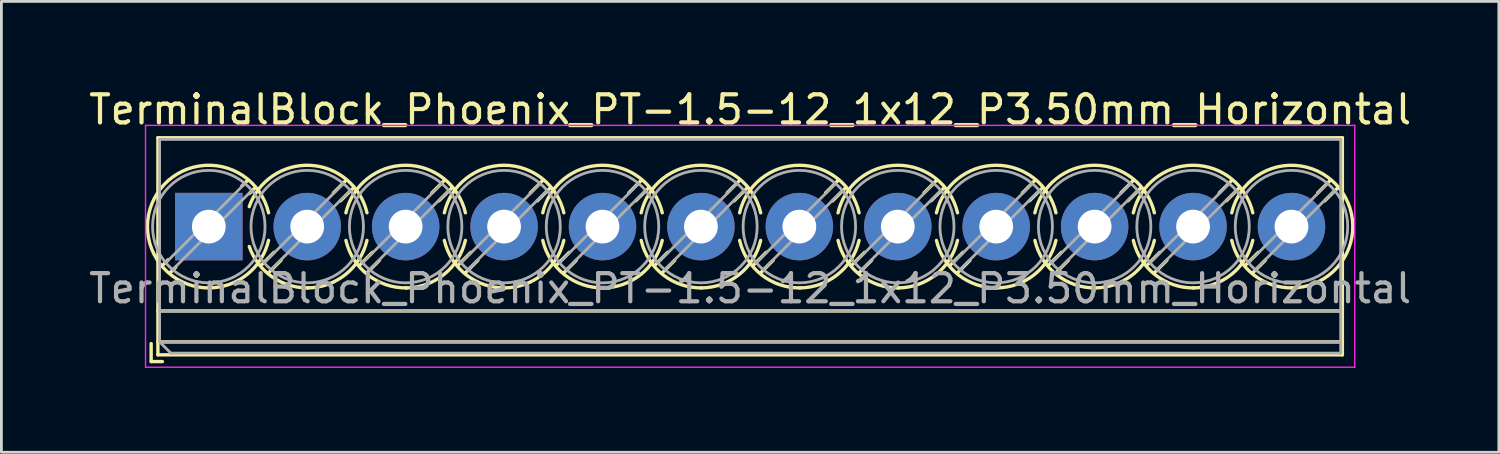
<source format=kicad_pcb>
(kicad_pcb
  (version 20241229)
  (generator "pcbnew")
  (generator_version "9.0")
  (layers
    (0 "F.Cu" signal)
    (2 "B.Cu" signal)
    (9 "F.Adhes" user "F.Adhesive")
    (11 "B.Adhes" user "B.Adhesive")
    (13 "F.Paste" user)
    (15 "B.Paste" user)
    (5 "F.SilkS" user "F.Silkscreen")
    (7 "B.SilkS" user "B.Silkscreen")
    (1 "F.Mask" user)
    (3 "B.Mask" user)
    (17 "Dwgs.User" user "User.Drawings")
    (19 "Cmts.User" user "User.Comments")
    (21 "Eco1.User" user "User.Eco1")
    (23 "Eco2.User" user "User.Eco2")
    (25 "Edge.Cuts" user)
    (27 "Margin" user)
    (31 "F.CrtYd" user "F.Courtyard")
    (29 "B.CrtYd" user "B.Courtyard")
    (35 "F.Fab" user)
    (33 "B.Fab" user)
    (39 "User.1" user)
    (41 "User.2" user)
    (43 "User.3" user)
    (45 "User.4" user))
  (footprint "TerminalBlock_Phoenix_PT-1.5-12_1x12_P3.50mm_Horizontal"
    (layer "F.Cu")
    (at 4.375 5.008)
    (property "Reference" "TerminalBlock_Phoenix_PT-1.5-12_1x12_P3.50mm_Horizontal" (at 19.25 -4.16 0) (layer "F.SilkS") (effects (font (size 1 1) (thickness 0.15))))
    (attr through_hole)
    (fp_line (start -2.05 4.16) (end -2.05 4.8) (stroke (width 0.12) (type solid)) (layer "F.SilkS"))
    (fp_line (start -2.05 4.8) (end -1.65 4.8) (stroke (width 0.12) (type solid)) (layer "F.SilkS"))
    (fp_line (start -1.81 -3.16) (end -1.81 4.56) (stroke (width 0.12) (type solid)) (layer "F.SilkS"))
    (fp_line (start -1.81 -3.16) (end 40.31 -3.16) (stroke (width 0.12) (type solid)) (layer "F.SilkS"))
    (fp_line (start -1.81 3) (end 40.31 3) (stroke (width 0.12) (type solid)) (layer "F.SilkS"))
    (fp_line (start -1.81 4.1) (end 40.31 4.1) (stroke (width 0.12) (type solid)) (layer "F.SilkS"))
    (fp_line (start -1.81 4.56) (end 40.31 4.56) (stroke (width 0.12) (type solid)) (layer "F.SilkS"))
    (fp_line (start -1.441 1.175) (end -1.654 1.388) (stroke (width 0.12) (type solid)) (layer "F.SilkS"))
    (fp_line (start -1.175 1.441) (end -1.388 1.654) (stroke (width 0.12) (type solid)) (layer "F.SilkS"))
    (fp_line (start 1.388 -1.654) (end 1.175 -1.441) (stroke (width 0.12) (type solid)) (layer "F.SilkS"))
    (fp_line (start 1.654 -1.388) (end 1.441 -1.175) (stroke (width 0.12) (type solid)) (layer "F.SilkS"))
    (fp_line (start 2.318 0.916) (end 1.847 1.388) (stroke (width 0.12) (type solid)) (layer "F.SilkS"))
    (fp_line (start 2.569 1.198) (end 2.113 1.654) (stroke (width 0.12) (type solid)) (layer "F.SilkS"))
    (fp_line (start 4.888 -1.654) (end 4.432 -1.198) (stroke (width 0.12) (type solid)) (layer "F.SilkS"))
    (fp_line (start 5.154 -1.388) (end 4.683 -0.916) (stroke (width 0.12) (type solid)) (layer "F.SilkS"))
    (fp_line (start 5.818 0.916) (end 5.347 1.388) (stroke (width 0.12) (type solid)) (layer "F.SilkS"))
    (fp_line (start 6.069 1.198) (end 5.613 1.654) (stroke (width 0.12) (type solid)) (layer "F.SilkS"))
    (fp_line (start 8.388 -1.654) (end 7.932 -1.198) (stroke (width 0.12) (type solid)) (layer "F.SilkS"))
    (fp_line (start 8.654 -1.388) (end 8.183 -0.916) (stroke (width 0.12) (type solid)) (layer "F.SilkS"))
    (fp_line (start 9.318 0.916) (end 8.847 1.388) (stroke (width 0.12) (type solid)) (layer "F.SilkS"))
    (fp_line (start 9.569 1.198) (end 9.113 1.654) (stroke (width 0.12) (type solid)) (layer "F.SilkS"))
    (fp_line (start 11.888 -1.654) (end 11.432 -1.198) (stroke (width 0.12) (type solid)) (layer "F.SilkS"))
    (fp_line (start 12.154 -1.388) (end 11.683 -0.916) (stroke (width 0.12) (type solid)) (layer "F.SilkS"))
    (fp_line (start 12.818 0.916) (end 12.347 1.388) (stroke (width 0.12) (type solid)) (layer "F.SilkS"))
    (fp_line (start 13.069 1.198) (end 12.613 1.654) (stroke (width 0.12) (type solid)) (layer "F.SilkS"))
    (fp_line (start 15.388 -1.654) (end 14.932 -1.198) (stroke (width 0.12) (type solid)) (layer "F.SilkS"))
    (fp_line (start 15.654 -1.388) (end 15.183 -0.916) (stroke (width 0.12) (type solid)) (layer "F.SilkS"))
    (fp_line (start 16.318 0.916) (end 15.847 1.388) (stroke (width 0.12) (type solid)) (layer "F.SilkS"))
    (fp_line (start 16.569 1.198) (end 16.113 1.654) (stroke (width 0.12) (type solid)) (layer "F.SilkS"))
    (fp_line (start 18.888 -1.654) (end 18.432 -1.198) (stroke (width 0.12) (type solid)) (layer "F.SilkS"))
    (fp_line (start 19.154 -1.388) (end 18.683 -0.916) (stroke (width 0.12) (type solid)) (layer "F.SilkS"))
    (fp_line (start 19.818 0.916) (end 19.347 1.388) (stroke (width 0.12) (type solid)) (layer "F.SilkS"))
    (fp_line (start 20.069 1.198) (end 19.613 1.654) (stroke (width 0.12) (type solid)) (layer "F.SilkS"))
    (fp_line (start 22.388 -1.654) (end 21.932 -1.198) (stroke (width 0.12) (type solid)) (layer "F.SilkS"))
    (fp_line (start 22.654 -1.388) (end 22.183 -0.916) (stroke (width 0.12) (type solid)) (layer "F.SilkS"))
    (fp_line (start 23.318 0.916) (end 22.847 1.388) (stroke (width 0.12) (type solid)) (layer "F.SilkS"))
    (fp_line (start 23.569 1.198) (end 23.113 1.654) (stroke (width 0.12) (type solid)) (layer "F.SilkS"))
    (fp_line (start 25.888 -1.654) (end 25.432 -1.198) (stroke (width 0.12) (type solid)) (layer "F.SilkS"))
    (fp_line (start 26.154 -1.388) (end 25.683 -0.916) (stroke (width 0.12) (type solid)) (layer "F.SilkS"))
    (fp_line (start 26.818 0.916) (end 26.347 1.388) (stroke (width 0.12) (type solid)) (layer "F.SilkS"))
    (fp_line (start 27.069 1.198) (end 26.613 1.654) (stroke (width 0.12) (type solid)) (layer "F.SilkS"))
    (fp_line (start 29.388 -1.654) (end 28.932 -1.198) (stroke (width 0.12) (type solid)) (layer "F.SilkS"))
    (fp_line (start 29.654 -1.388) (end 29.183 -0.916) (stroke (width 0.12) (type solid)) (layer "F.SilkS"))
    (fp_line (start 30.318 0.916) (end 29.847 1.388) (stroke (width 0.12) (type solid)) (layer "F.SilkS"))
    (fp_line (start 30.569 1.198) (end 30.113 1.654) (stroke (width 0.12) (type solid)) (layer "F.SilkS"))
    (fp_line (start 32.888 -1.654) (end 32.432 -1.198) (stroke (width 0.12) (type solid)) (layer "F.SilkS"))
    (fp_line (start 33.154 -1.388) (end 32.683 -0.916) (stroke (width 0.12) (type solid)) (layer "F.SilkS"))
    (fp_line (start 33.818 0.916) (end 33.347 1.388) (stroke (width 0.12) (type solid)) (layer "F.SilkS"))
    (fp_line (start 34.069 1.198) (end 33.613 1.654) (stroke (width 0.12) (type solid)) (layer "F.SilkS"))
    (fp_line (start 36.388 -1.654) (end 35.932 -1.198) (stroke (width 0.12) (type solid)) (layer "F.SilkS"))
    (fp_line (start 36.654 -1.388) (end 36.183 -0.916) (stroke (width 0.12) (type solid)) (layer "F.SilkS"))
    (fp_line (start 37.318 0.916) (end 36.847 1.388) (stroke (width 0.12) (type solid)) (layer "F.SilkS"))
    (fp_line (start 37.569 1.198) (end 37.113 1.654) (stroke (width 0.12) (type solid)) (layer "F.SilkS"))
    (fp_line (start 39.888 -1.654) (end 39.432 -1.198) (stroke (width 0.12) (type solid)) (layer "F.SilkS"))
    (fp_line (start 40.154 -1.388) (end 39.683 -0.916) (stroke (width 0.12) (type solid)) (layer "F.SilkS"))
    (fp_line (start 40.31 -3.16) (end 40.31 4.56) (stroke (width 0.12) (type solid)) (layer "F.SilkS"))
    (fp_arc (start 0.038458 2.180648) (mid -1.718884 -1.342439) (end 2.125 -0.491) (stroke (width 0.12) (type solid)) (layer "F.SilkS"))
    (fp_arc (start 1.437707 -0.709687) (mid 3.61375 -2.17802) (end 5.625 -0.491) (stroke (width 0.12) (type solid)) (layer "F.SilkS"))
    (fp_arc (start 2.124127 0.490393) (mid 1.357082 1.706086) (end 0 2.18) (stroke (width 0.12) (type solid)) (layer "F.SilkS"))
    (fp_arc (start 3.538366 2.17953) (mid 2.249943 1.785828) (end 1.439 0.71) (stroke (width 0.12) (type solid)) (layer "F.SilkS"))
    (fp_arc (start 4.874822 -0.490231) (mid 6.999605 -2.180988) (end 9.125 -0.491) (stroke (width 0.12) (type solid)) (layer "F.SilkS"))
    (fp_arc (start 5.624127 0.490393) (mid 4.857082 1.706086) (end 3.5 2.18) (stroke (width 0.12) (type solid)) (layer "F.SilkS"))
    (fp_arc (start 7.038666 2.17967) (mid 5.658338 1.718255) (end 4.876 0.491) (stroke (width 0.12) (type solid)) (layer "F.SilkS"))
    (fp_arc (start 8.374822 -0.490231) (mid 10.499605 -2.180988) (end 12.625 -0.491) (stroke (width 0.12) (type solid)) (layer "F.SilkS"))
    (fp_arc (start 9.124127 0.490393) (mid 8.357082 1.706086) (end 7 2.18) (stroke (width 0.12) (type solid)) (layer "F.SilkS"))
    (fp_arc (start 10.538666 2.17967) (mid 9.158338 1.718255) (end 8.376 0.491) (stroke (width 0.12) (type solid)) (layer "F.SilkS"))
    (fp_arc (start 11.874822 -0.490231) (mid 13.999605 -2.180988) (end 16.125 -0.491) (stroke (width 0.12) (type solid)) (layer "F.SilkS"))
    (fp_arc (start 12.624127 0.490393) (mid 11.857082 1.706086) (end 10.5 2.18) (stroke (width 0.12) (type solid)) (layer "F.SilkS"))
    (fp_arc (start 14.038666 2.17967) (mid 12.658338 1.718255) (end 11.876 0.491) (stroke (width 0.12) (type solid)) (layer "F.SilkS"))
    (fp_arc (start 15.374822 -0.490231) (mid 17.499605 -2.180988) (end 19.625 -0.491) (stroke (width 0.12) (type solid)) (layer "F.SilkS"))
    (fp_arc (start 16.124127 0.490393) (mid 15.357082 1.706086) (end 14 2.18) (stroke (width 0.12) (type solid)) (layer "F.SilkS"))
    (fp_arc (start 17.538666 2.17967) (mid 16.158338 1.718255) (end 15.376 0.491) (stroke (width 0.12) (type solid)) (layer "F.SilkS"))
    (fp_arc (start 18.874822 -0.490231) (mid 20.999605 -2.180988) (end 23.125 -0.491) (stroke (width 0.12) (type solid)) (layer "F.SilkS"))
    (fp_arc (start 19.624127 0.490393) (mid 18.857082 1.706086) (end 17.5 2.18) (stroke (width 0.12) (type solid)) (layer "F.SilkS"))
    (fp_arc (start 21.038666 2.17967) (mid 19.658338 1.718255) (end 18.876 0.491) (stroke (width 0.12) (type solid)) (layer "F.SilkS"))
    (fp_arc (start 22.374822 -0.490231) (mid 24.499605 -2.180988) (end 26.625 -0.491) (stroke (width 0.12) (type solid)) (layer "F.SilkS"))
    (fp_arc (start 23.124127 0.490393) (mid 22.357082 1.706086) (end 21 2.18) (stroke (width 0.12) (type solid)) (layer "F.SilkS"))
    (fp_arc (start 24.538666 2.17967) (mid 23.158338 1.718255) (end 22.376 0.491) (stroke (width 0.12) (type solid)) (layer "F.SilkS"))
    (fp_arc (start 25.874822 -0.490231) (mid 27.999605 -2.180988) (end 30.125 -0.491) (stroke (width 0.12) (type solid)) (layer "F.SilkS"))
    (fp_arc (start 26.624127 0.490393) (mid 25.857082 1.706086) (end 24.5 2.18) (stroke (width 0.12) (type solid)) (layer "F.SilkS"))
    (fp_arc (start 28.038666 2.17967) (mid 26.658338 1.718255) (end 25.876 0.491) (stroke (width 0.12) (type solid)) (layer "F.SilkS"))
    (fp_arc (start 29.374822 -0.490231) (mid 31.499605 -2.180988) (end 33.625 -0.491) (stroke (width 0.12) (type solid)) (layer "F.SilkS"))
    (fp_arc (start 30.124127 0.490393) (mid 29.357082 1.706086) (end 28 2.18) (stroke (width 0.12) (type solid)) (layer "F.SilkS"))
    (fp_arc (start 31.538666 2.17967) (mid 30.158338 1.718255) (end 29.376 0.491) (stroke (width 0.12) (type solid)) (layer "F.SilkS"))
    (fp_arc (start 32.874822 -0.490231) (mid 34.999605 -2.180988) (end 37.125 -0.491) (stroke (width 0.12) (type solid)) (layer "F.SilkS"))
    (fp_arc (start 33.624127 0.490393) (mid 32.857082 1.706086) (end 31.5 2.18) (stroke (width 0.12) (type solid)) (layer "F.SilkS"))
    (fp_arc (start 35.038666 2.17967) (mid 33.658338 1.718255) (end 32.876 0.491) (stroke (width 0.12) (type solid)) (layer "F.SilkS"))
    (fp_arc (start 36.375873 -0.490393) (mid 40.206086 -1.357082) (end 38.5 2.18) (stroke (width 0.12) (type solid)) (layer "F.SilkS"))
    (fp_arc (start 37.124127 0.490393) (mid 36.357082 1.706086) (end 35 2.18) (stroke (width 0.12) (type solid)) (layer "F.SilkS"))
    (fp_arc (start 38.538666 2.17967) (mid 37.158338 1.718255) (end 36.376 0.491) (stroke (width 0.12) (type solid)) (layer "F.SilkS"))
    (fp_line (start -2.25 -3.6) (end -2.25 5) (stroke (width 0.05) (type solid)) (layer "F.CrtYd"))
    (fp_line (start -2.25 5) (end 40.75 5) (stroke (width 0.05) (type solid)) (layer "F.CrtYd"))
    (fp_line (start 40.75 -3.6) (end -2.25 -3.6) (stroke (width 0.05) (type solid)) (layer "F.CrtYd"))
    (fp_line (start 40.75 5) (end 40.75 -3.6) (stroke (width 0.05) (type solid)) (layer "F.CrtYd"))
    (fp_line (start -1.75 -3.1) (end 40.25 -3.1) (stroke (width 0.1) (type solid)) (layer "F.Fab"))
    (fp_line (start -1.75 3) (end 40.25 3) (stroke (width 0.1) (type solid)) (layer "F.Fab"))
    (fp_line (start -1.75 4.1) (end -1.75 -3.1) (stroke (width 0.1) (type solid)) (layer "F.Fab"))
    (fp_line (start -1.75 4.1) (end 40.25 4.1) (stroke (width 0.1) (type solid)) (layer "F.Fab"))
    (fp_line (start -1.35 4.5) (end -1.75 4.1) (stroke (width 0.1) (type solid)) (layer "F.Fab"))
    (fp_line (start 1.273 -1.517) (end -1.517 1.273) (stroke (width 0.1) (type solid)) (layer "F.Fab"))
    (fp_line (start 1.517 -1.273) (end -1.273 1.517) (stroke (width 0.1) (type solid)) (layer "F.Fab"))
    (fp_line (start 4.773 -1.517) (end 1.984 1.273) (stroke (width 0.1) (type solid)) (layer "F.Fab"))
    (fp_line (start 5.017 -1.273) (end 2.228 1.517) (stroke (width 0.1) (type solid)) (layer "F.Fab"))
    (fp_line (start 8.273 -1.517) (end 5.484 1.273) (stroke (width 0.1) (type solid)) (layer "F.Fab"))
    (fp_line (start 8.517 -1.273) (end 5.728 1.517) (stroke (width 0.1) (type solid)) (layer "F.Fab"))
    (fp_line (start 11.773 -1.517) (end 8.984 1.273) (stroke (width 0.1) (type solid)) (layer "F.Fab"))
    (fp_line (start 12.017 -1.273) (end 9.228 1.517) (stroke (width 0.1) (type solid)) (layer "F.Fab"))
    (fp_line (start 15.273 -1.517) (end 12.484 1.273) (stroke (width 0.1) (type solid)) (layer "F.Fab"))
    (fp_line (start 15.517 -1.273) (end 12.728 1.517) (stroke (width 0.1) (type solid)) (layer "F.Fab"))
    (fp_line (start 18.773 -1.517) (end 15.984 1.273) (stroke (width 0.1) (type solid)) (layer "F.Fab"))
    (fp_line (start 19.017 -1.273) (end 16.228 1.517) (stroke (width 0.1) (type solid)) (layer "F.Fab"))
    (fp_line (start 22.273 -1.517) (end 19.484 1.273) (stroke (width 0.1) (type solid)) (layer "F.Fab"))
    (fp_line (start 22.517 -1.273) (end 19.728 1.517) (stroke (width 0.1) (type solid)) (layer "F.Fab"))
    (fp_line (start 25.773 -1.517) (end 22.984 1.273) (stroke (width 0.1) (type solid)) (layer "F.Fab"))
    (fp_line (start 26.017 -1.273) (end 23.228 1.517) (stroke (width 0.1) (type solid)) (layer "F.Fab"))
    (fp_line (start 29.273 -1.517) (end 26.484 1.273) (stroke (width 0.1) (type solid)) (layer "F.Fab"))
    (fp_line (start 29.517 -1.273) (end 26.728 1.517) (stroke (width 0.1) (type solid)) (layer "F.Fab"))
    (fp_line (start 32.773 -1.517) (end 29.984 1.273) (stroke (width 0.1) (type solid)) (layer "F.Fab"))
    (fp_line (start 33.017 -1.273) (end 30.228 1.517) (stroke (width 0.1) (type solid)) (layer "F.Fab"))
    (fp_line (start 36.273 -1.517) (end 33.484 1.273) (stroke (width 0.1) (type solid)) (layer "F.Fab"))
    (fp_line (start 36.517 -1.273) (end 33.728 1.517) (stroke (width 0.1) (type solid)) (layer "F.Fab"))
    (fp_line (start 39.773 -1.517) (end 36.984 1.273) (stroke (width 0.1) (type solid)) (layer "F.Fab"))
    (fp_line (start 40.017 -1.273) (end 37.228 1.517) (stroke (width 0.1) (type solid)) (layer "F.Fab"))
    (fp_line (start 40.25 -3.1) (end 40.25 4.5) (stroke (width 0.1) (type solid)) (layer "F.Fab"))
    (fp_line (start 40.25 4.5) (end -1.35 4.5) (stroke (width 0.1) (type solid)) (layer "F.Fab"))
    (fp_circle (center 0 0) (end 2 0) (stroke (width 0.1) (type solid)) (fill no) (layer "F.Fab"))
    (fp_circle (center 3.5 0) (end 5.5 0) (stroke (width 0.1) (type solid)) (fill no) (layer "F.Fab"))
    (fp_circle (center 7 0) (end 9 0) (stroke (width 0.1) (type solid)) (fill no) (layer "F.Fab"))
    (fp_circle (center 10.5 0) (end 12.5 0) (stroke (width 0.1) (type solid)) (fill no) (layer "F.Fab"))
    (fp_circle (center 14 0) (end 16 0) (stroke (width 0.1) (type solid)) (fill no) (layer "F.Fab"))
    (fp_circle (center 17.5 0) (end 19.5 0) (stroke (width 0.1) (type solid)) (fill no) (layer "F.Fab"))
    (fp_circle (center 21 0) (end 23 0) (stroke (width 0.1) (type solid)) (fill no) (layer "F.Fab"))
    (fp_circle (center 24.5 0) (end 26.5 0) (stroke (width 0.1) (type solid)) (fill no) (layer "F.Fab"))
    (fp_circle (center 28 0) (end 30 0) (stroke (width 0.1) (type solid)) (fill no) (layer "F.Fab"))
    (fp_circle (center 31.5 0) (end 33.5 0) (stroke (width 0.1) (type solid)) (fill no) (layer "F.Fab"))
    (fp_circle (center 35 0) (end 37 0) (stroke (width 0.1) (type solid)) (fill no) (layer "F.Fab"))
    (fp_circle (center 38.5 0) (end 40.5 0) (stroke (width 0.1) (type solid)) (fill no) (layer "F.Fab"))
    (fp_text user "${REFERENCE}" (at 19.25 2.2 0) (layer "F.Fab") (effects (font (size 1 1) (thickness 0.15))))
    (pad "1" thru_hole rect (at 0 0) (size 2.4 2.4) (drill 1.2) (layers "*.Cu" "*.Mask"))
    (pad "2" thru_hole circle (at 3.5 0) (size 2.4 2.4) (drill 1.2) (layers "*.Cu" "*.Mask"))
    (pad "3" thru_hole circle (at 7 0) (size 2.4 2.4) (drill 1.2) (layers "*.Cu" "*.Mask"))
    (pad "4" thru_hole circle (at 10.5 0) (size 2.4 2.4) (drill 1.2) (layers "*.Cu" "*.Mask"))
    (pad "5" thru_hole circle (at 14 0) (size 2.4 2.4) (drill 1.2) (layers "*.Cu" "*.Mask"))
    (pad "6" thru_hole circle (at 17.5 0) (size 2.4 2.4) (drill 1.2) (layers "*.Cu" "*.Mask"))
    (pad "7" thru_hole circle (at 21 0) (size 2.4 2.4) (drill 1.2) (layers "*.Cu" "*.Mask"))
    (pad "8" thru_hole circle (at 24.5 0) (size 2.4 2.4) (drill 1.2) (layers "*.Cu" "*.Mask"))
    (pad "9" thru_hole circle (at 28 0) (size 2.4 2.4) (drill 1.2) (layers "*.Cu" "*.Mask"))
    (pad "10" thru_hole circle (at 31.5 0) (size 2.4 2.4) (drill 1.2) (layers "*.Cu" "*.Mask"))
    (pad "11" thru_hole circle (at 35 0) (size 2.4 2.4) (drill 1.2) (layers "*.Cu" "*.Mask"))
    (pad "12" thru_hole circle (at 38.5 0) (size 2.4 2.4) (drill 1.2) (layers "*.Cu" "*.Mask")))
  (gr_rect
    (start -3 -3)
    (end 50.25 13.033)
    (stroke (width 0.1) (type default))
    (fill no)
    (layer "Edge.Cuts")))
</source>
